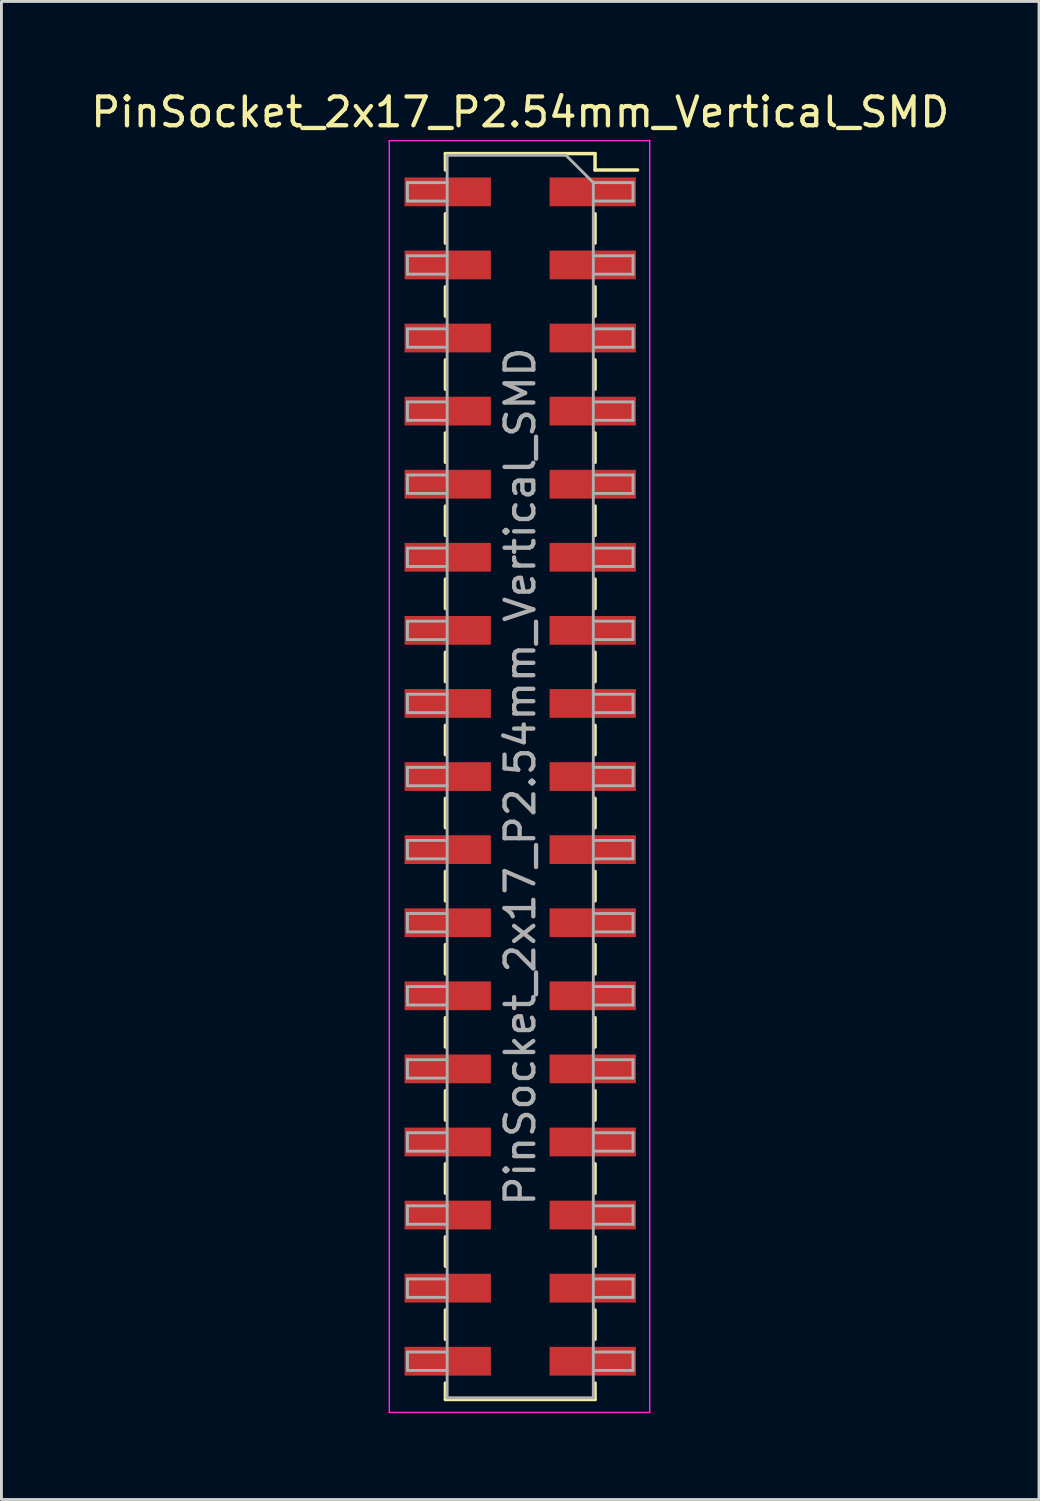
<source format=kicad_pcb>
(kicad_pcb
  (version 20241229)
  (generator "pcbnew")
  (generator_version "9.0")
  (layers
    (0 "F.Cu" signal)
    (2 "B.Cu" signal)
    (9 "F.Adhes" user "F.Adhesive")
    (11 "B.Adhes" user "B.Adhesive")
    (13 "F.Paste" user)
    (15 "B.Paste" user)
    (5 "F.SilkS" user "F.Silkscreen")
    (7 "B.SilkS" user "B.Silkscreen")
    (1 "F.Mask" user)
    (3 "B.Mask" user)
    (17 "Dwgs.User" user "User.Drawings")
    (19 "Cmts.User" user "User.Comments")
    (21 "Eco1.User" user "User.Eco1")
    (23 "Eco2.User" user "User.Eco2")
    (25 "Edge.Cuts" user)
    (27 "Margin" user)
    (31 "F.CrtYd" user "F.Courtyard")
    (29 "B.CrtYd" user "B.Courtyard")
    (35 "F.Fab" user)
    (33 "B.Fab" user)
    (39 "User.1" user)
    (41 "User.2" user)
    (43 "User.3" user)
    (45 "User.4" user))
  (footprint "PinSocket_2x17_P2.54mm_Vertical_SMD"
    (layer "F.Cu")
    (at 15.03 23.938)
    (property "Reference" "PinSocket_2x17_P2.54mm_Vertical_SMD" (at 0 -23.09 0) (layer "F.SilkS") (effects (font (size 1 1) (thickness 0.15))))
    (attr smd)
    (fp_line (start -2.6 -21.65) (end 2.6 -21.65) (stroke (width 0.12) (type solid)) (layer "F.SilkS"))
    (fp_line (start -2.6 -21.08) (end -2.6 -21.65) (stroke (width 0.12) (type solid)) (layer "F.SilkS"))
    (fp_line (start -2.6 -19.56) (end -2.6 -18.54) (stroke (width 0.12) (type solid)) (layer "F.SilkS"))
    (fp_line (start -2.6 -17.02) (end -2.6 -16) (stroke (width 0.12) (type solid)) (layer "F.SilkS"))
    (fp_line (start -2.6 -14.48) (end -2.6 -13.46) (stroke (width 0.12) (type solid)) (layer "F.SilkS"))
    (fp_line (start -2.6 -11.94) (end -2.6 -10.92) (stroke (width 0.12) (type solid)) (layer "F.SilkS"))
    (fp_line (start -2.6 -9.4) (end -2.6 -8.38) (stroke (width 0.12) (type solid)) (layer "F.SilkS"))
    (fp_line (start -2.6 -6.86) (end -2.6 -5.84) (stroke (width 0.12) (type solid)) (layer "F.SilkS"))
    (fp_line (start -2.6 -4.32) (end -2.6 -3.3) (stroke (width 0.12) (type solid)) (layer "F.SilkS"))
    (fp_line (start -2.6 -1.78) (end -2.6 -0.76) (stroke (width 0.12) (type solid)) (layer "F.SilkS"))
    (fp_line (start -2.6 0.76) (end -2.6 1.78) (stroke (width 0.12) (type solid)) (layer "F.SilkS"))
    (fp_line (start -2.6 3.3) (end -2.6 4.32) (stroke (width 0.12) (type solid)) (layer "F.SilkS"))
    (fp_line (start -2.6 5.84) (end -2.6 6.86) (stroke (width 0.12) (type solid)) (layer "F.SilkS"))
    (fp_line (start -2.6 8.38) (end -2.6 9.4) (stroke (width 0.12) (type solid)) (layer "F.SilkS"))
    (fp_line (start -2.6 10.92) (end -2.6 11.94) (stroke (width 0.12) (type solid)) (layer "F.SilkS"))
    (fp_line (start -2.6 13.46) (end -2.6 14.48) (stroke (width 0.12) (type solid)) (layer "F.SilkS"))
    (fp_line (start -2.6 16) (end -2.6 17.02) (stroke (width 0.12) (type solid)) (layer "F.SilkS"))
    (fp_line (start -2.6 18.54) (end -2.6 19.56) (stroke (width 0.12) (type solid)) (layer "F.SilkS"))
    (fp_line (start -2.6 21.65) (end -2.6 21.08) (stroke (width 0.12) (type solid)) (layer "F.SilkS"))
    (fp_line (start 2.6 -21.65) (end 2.6 -21.08) (stroke (width 0.12) (type solid)) (layer "F.SilkS"))
    (fp_line (start 2.6 -21.08) (end 4.08 -21.08) (stroke (width 0.12) (type solid)) (layer "F.SilkS"))
    (fp_line (start 2.6 -18.54) (end 2.6 -19.56) (stroke (width 0.12) (type solid)) (layer "F.SilkS"))
    (fp_line (start 2.6 -16) (end 2.6 -17.02) (stroke (width 0.12) (type solid)) (layer "F.SilkS"))
    (fp_line (start 2.6 -13.46) (end 2.6 -14.48) (stroke (width 0.12) (type solid)) (layer "F.SilkS"))
    (fp_line (start 2.6 -10.92) (end 2.6 -11.94) (stroke (width 0.12) (type solid)) (layer "F.SilkS"))
    (fp_line (start 2.6 -8.38) (end 2.6 -9.4) (stroke (width 0.12) (type solid)) (layer "F.SilkS"))
    (fp_line (start 2.6 -5.84) (end 2.6 -6.86) (stroke (width 0.12) (type solid)) (layer "F.SilkS"))
    (fp_line (start 2.6 -3.3) (end 2.6 -4.32) (stroke (width 0.12) (type solid)) (layer "F.SilkS"))
    (fp_line (start 2.6 -0.76) (end 2.6 -1.78) (stroke (width 0.12) (type solid)) (layer "F.SilkS"))
    (fp_line (start 2.6 1.78) (end 2.6 0.76) (stroke (width 0.12) (type solid)) (layer "F.SilkS"))
    (fp_line (start 2.6 4.32) (end 2.6 3.3) (stroke (width 0.12) (type solid)) (layer "F.SilkS"))
    (fp_line (start 2.6 6.86) (end 2.6 5.84) (stroke (width 0.12) (type solid)) (layer "F.SilkS"))
    (fp_line (start 2.6 9.4) (end 2.6 8.38) (stroke (width 0.12) (type solid)) (layer "F.SilkS"))
    (fp_line (start 2.6 11.94) (end 2.6 10.92) (stroke (width 0.12) (type solid)) (layer "F.SilkS"))
    (fp_line (start 2.6 14.48) (end 2.6 13.46) (stroke (width 0.12) (type solid)) (layer "F.SilkS"))
    (fp_line (start 2.6 17.02) (end 2.6 16) (stroke (width 0.12) (type solid)) (layer "F.SilkS"))
    (fp_line (start 2.6 19.56) (end 2.6 18.54) (stroke (width 0.12) (type solid)) (layer "F.SilkS"))
    (fp_line (start 2.6 21.08) (end 2.6 21.65) (stroke (width 0.12) (type solid)) (layer "F.SilkS"))
    (fp_line (start 2.6 21.65) (end -2.6 21.65) (stroke (width 0.12) (type solid)) (layer "F.SilkS"))
    (fp_line (start -4.55 -22.1) (end 4.5 -22.1) (stroke (width 0.05) (type solid)) (layer "F.CrtYd"))
    (fp_line (start -4.55 22.1) (end -4.55 -22.1) (stroke (width 0.05) (type solid)) (layer "F.CrtYd"))
    (fp_line (start 4.5 -22.1) (end 4.5 22.1) (stroke (width 0.05) (type solid)) (layer "F.CrtYd"))
    (fp_line (start 4.5 22.1) (end -4.55 22.1) (stroke (width 0.05) (type solid)) (layer "F.CrtYd"))
    (fp_line (start -3.92 -20.64) (end -2.54 -20.64) (stroke (width 0.1) (type solid)) (layer "F.Fab"))
    (fp_line (start -3.92 -20) (end -3.92 -20.64) (stroke (width 0.1) (type solid)) (layer "F.Fab"))
    (fp_line (start -3.92 -18.1) (end -2.54 -18.1) (stroke (width 0.1) (type solid)) (layer "F.Fab"))
    (fp_line (start -3.92 -17.46) (end -3.92 -18.1) (stroke (width 0.1) (type solid)) (layer "F.Fab"))
    (fp_line (start -3.92 -15.56) (end -2.54 -15.56) (stroke (width 0.1) (type solid)) (layer "F.Fab"))
    (fp_line (start -3.92 -14.92) (end -3.92 -15.56) (stroke (width 0.1) (type solid)) (layer "F.Fab"))
    (fp_line (start -3.92 -13.02) (end -2.54 -13.02) (stroke (width 0.1) (type solid)) (layer "F.Fab"))
    (fp_line (start -3.92 -12.38) (end -3.92 -13.02) (stroke (width 0.1) (type solid)) (layer "F.Fab"))
    (fp_line (start -3.92 -10.48) (end -2.54 -10.48) (stroke (width 0.1) (type solid)) (layer "F.Fab"))
    (fp_line (start -3.92 -9.84) (end -3.92 -10.48) (stroke (width 0.1) (type solid)) (layer "F.Fab"))
    (fp_line (start -3.92 -7.94) (end -2.54 -7.94) (stroke (width 0.1) (type solid)) (layer "F.Fab"))
    (fp_line (start -3.92 -7.3) (end -3.92 -7.94) (stroke (width 0.1) (type solid)) (layer "F.Fab"))
    (fp_line (start -3.92 -5.4) (end -2.54 -5.4) (stroke (width 0.1) (type solid)) (layer "F.Fab"))
    (fp_line (start -3.92 -4.76) (end -3.92 -5.4) (stroke (width 0.1) (type solid)) (layer "F.Fab"))
    (fp_line (start -3.92 -2.86) (end -2.54 -2.86) (stroke (width 0.1) (type solid)) (layer "F.Fab"))
    (fp_line (start -3.92 -2.22) (end -3.92 -2.86) (stroke (width 0.1) (type solid)) (layer "F.Fab"))
    (fp_line (start -3.92 -0.32) (end -2.54 -0.32) (stroke (width 0.1) (type solid)) (layer "F.Fab"))
    (fp_line (start -3.92 0.32) (end -3.92 -0.32) (stroke (width 0.1) (type solid)) (layer "F.Fab"))
    (fp_line (start -3.92 2.22) (end -2.54 2.22) (stroke (width 0.1) (type solid)) (layer "F.Fab"))
    (fp_line (start -3.92 2.86) (end -3.92 2.22) (stroke (width 0.1) (type solid)) (layer "F.Fab"))
    (fp_line (start -3.92 4.76) (end -2.54 4.76) (stroke (width 0.1) (type solid)) (layer "F.Fab"))
    (fp_line (start -3.92 5.4) (end -3.92 4.76) (stroke (width 0.1) (type solid)) (layer "F.Fab"))
    (fp_line (start -3.92 7.3) (end -2.54 7.3) (stroke (width 0.1) (type solid)) (layer "F.Fab"))
    (fp_line (start -3.92 7.94) (end -3.92 7.3) (stroke (width 0.1) (type solid)) (layer "F.Fab"))
    (fp_line (start -3.92 9.84) (end -2.54 9.84) (stroke (width 0.1) (type solid)) (layer "F.Fab"))
    (fp_line (start -3.92 10.48) (end -3.92 9.84) (stroke (width 0.1) (type solid)) (layer "F.Fab"))
    (fp_line (start -3.92 12.38) (end -2.54 12.38) (stroke (width 0.1) (type solid)) (layer "F.Fab"))
    (fp_line (start -3.92 13.02) (end -3.92 12.38) (stroke (width 0.1) (type solid)) (layer "F.Fab"))
    (fp_line (start -3.92 14.92) (end -2.54 14.92) (stroke (width 0.1) (type solid)) (layer "F.Fab"))
    (fp_line (start -3.92 15.56) (end -3.92 14.92) (stroke (width 0.1) (type solid)) (layer "F.Fab"))
    (fp_line (start -3.92 17.46) (end -2.54 17.46) (stroke (width 0.1) (type solid)) (layer "F.Fab"))
    (fp_line (start -3.92 18.1) (end -3.92 17.46) (stroke (width 0.1) (type solid)) (layer "F.Fab"))
    (fp_line (start -3.92 20) (end -2.54 20) (stroke (width 0.1) (type solid)) (layer "F.Fab"))
    (fp_line (start -3.92 20.64) (end -3.92 20) (stroke (width 0.1) (type solid)) (layer "F.Fab"))
    (fp_line (start -2.54 -21.59) (end 1.59 -21.59) (stroke (width 0.1) (type solid)) (layer "F.Fab"))
    (fp_line (start -2.54 -20) (end -3.92 -20) (stroke (width 0.1) (type solid)) (layer "F.Fab"))
    (fp_line (start -2.54 -17.46) (end -3.92 -17.46) (stroke (width 0.1) (type solid)) (layer "F.Fab"))
    (fp_line (start -2.54 -14.92) (end -3.92 -14.92) (stroke (width 0.1) (type solid)) (layer "F.Fab"))
    (fp_line (start -2.54 -12.38) (end -3.92 -12.38) (stroke (width 0.1) (type solid)) (layer "F.Fab"))
    (fp_line (start -2.54 -9.84) (end -3.92 -9.84) (stroke (width 0.1) (type solid)) (layer "F.Fab"))
    (fp_line (start -2.54 -7.3) (end -3.92 -7.3) (stroke (width 0.1) (type solid)) (layer "F.Fab"))
    (fp_line (start -2.54 -4.76) (end -3.92 -4.76) (stroke (width 0.1) (type solid)) (layer "F.Fab"))
    (fp_line (start -2.54 -2.22) (end -3.92 -2.22) (stroke (width 0.1) (type solid)) (layer "F.Fab"))
    (fp_line (start -2.54 0.32) (end -3.92 0.32) (stroke (width 0.1) (type solid)) (layer "F.Fab"))
    (fp_line (start -2.54 2.86) (end -3.92 2.86) (stroke (width 0.1) (type solid)) (layer "F.Fab"))
    (fp_line (start -2.54 5.4) (end -3.92 5.4) (stroke (width 0.1) (type solid)) (layer "F.Fab"))
    (fp_line (start -2.54 7.94) (end -3.92 7.94) (stroke (width 0.1) (type solid)) (layer "F.Fab"))
    (fp_line (start -2.54 10.48) (end -3.92 10.48) (stroke (width 0.1) (type solid)) (layer "F.Fab"))
    (fp_line (start -2.54 13.02) (end -3.92 13.02) (stroke (width 0.1) (type solid)) (layer "F.Fab"))
    (fp_line (start -2.54 15.56) (end -3.92 15.56) (stroke (width 0.1) (type solid)) (layer "F.Fab"))
    (fp_line (start -2.54 18.1) (end -3.92 18.1) (stroke (width 0.1) (type solid)) (layer "F.Fab"))
    (fp_line (start -2.54 20.64) (end -3.92 20.64) (stroke (width 0.1) (type solid)) (layer "F.Fab"))
    (fp_line (start -2.54 21.59) (end -2.54 -21.59) (stroke (width 0.1) (type solid)) (layer "F.Fab"))
    (fp_line (start 1.59 -21.59) (end 2.54 -20.64) (stroke (width 0.1) (type solid)) (layer "F.Fab"))
    (fp_line (start 2.54 -20.64) (end 2.54 21.59) (stroke (width 0.1) (type solid)) (layer "F.Fab"))
    (fp_line (start 2.54 -20.64) (end 3.92 -20.64) (stroke (width 0.1) (type solid)) (layer "F.Fab"))
    (fp_line (start 2.54 -18.1) (end 3.92 -18.1) (stroke (width 0.1) (type solid)) (layer "F.Fab"))
    (fp_line (start 2.54 -15.56) (end 3.92 -15.56) (stroke (width 0.1) (type solid)) (layer "F.Fab"))
    (fp_line (start 2.54 -13.02) (end 3.92 -13.02) (stroke (width 0.1) (type solid)) (layer "F.Fab"))
    (fp_line (start 2.54 -10.48) (end 3.92 -10.48) (stroke (width 0.1) (type solid)) (layer "F.Fab"))
    (fp_line (start 2.54 -7.94) (end 3.92 -7.94) (stroke (width 0.1) (type solid)) (layer "F.Fab"))
    (fp_line (start 2.54 -5.4) (end 3.92 -5.4) (stroke (width 0.1) (type solid)) (layer "F.Fab"))
    (fp_line (start 2.54 -2.86) (end 3.92 -2.86) (stroke (width 0.1) (type solid)) (layer "F.Fab"))
    (fp_line (start 2.54 -0.32) (end 3.92 -0.32) (stroke (width 0.1) (type solid)) (layer "F.Fab"))
    (fp_line (start 2.54 2.22) (end 3.92 2.22) (stroke (width 0.1) (type solid)) (layer "F.Fab"))
    (fp_line (start 2.54 4.76) (end 3.92 4.76) (stroke (width 0.1) (type solid)) (layer "F.Fab"))
    (fp_line (start 2.54 7.3) (end 3.92 7.3) (stroke (width 0.1) (type solid)) (layer "F.Fab"))
    (fp_line (start 2.54 9.84) (end 3.92 9.84) (stroke (width 0.1) (type solid)) (layer "F.Fab"))
    (fp_line (start 2.54 12.38) (end 3.92 12.38) (stroke (width 0.1) (type solid)) (layer "F.Fab"))
    (fp_line (start 2.54 14.92) (end 3.92 14.92) (stroke (width 0.1) (type solid)) (layer "F.Fab"))
    (fp_line (start 2.54 17.46) (end 3.92 17.46) (stroke (width 0.1) (type solid)) (layer "F.Fab"))
    (fp_line (start 2.54 20) (end 3.92 20) (stroke (width 0.1) (type solid)) (layer "F.Fab"))
    (fp_line (start 2.54 21.59) (end -2.54 21.59) (stroke (width 0.1) (type solid)) (layer "F.Fab"))
    (fp_line (start 3.92 -20.64) (end 3.92 -20) (stroke (width 0.1) (type solid)) (layer "F.Fab"))
    (fp_line (start 3.92 -20) (end 2.54 -20) (stroke (width 0.1) (type solid)) (layer "F.Fab"))
    (fp_line (start 3.92 -18.1) (end 3.92 -17.46) (stroke (width 0.1) (type solid)) (layer "F.Fab"))
    (fp_line (start 3.92 -17.46) (end 2.54 -17.46) (stroke (width 0.1) (type solid)) (layer "F.Fab"))
    (fp_line (start 3.92 -15.56) (end 3.92 -14.92) (stroke (width 0.1) (type solid)) (layer "F.Fab"))
    (fp_line (start 3.92 -14.92) (end 2.54 -14.92) (stroke (width 0.1) (type solid)) (layer "F.Fab"))
    (fp_line (start 3.92 -13.02) (end 3.92 -12.38) (stroke (width 0.1) (type solid)) (layer "F.Fab"))
    (fp_line (start 3.92 -12.38) (end 2.54 -12.38) (stroke (width 0.1) (type solid)) (layer "F.Fab"))
    (fp_line (start 3.92 -10.48) (end 3.92 -9.84) (stroke (width 0.1) (type solid)) (layer "F.Fab"))
    (fp_line (start 3.92 -9.84) (end 2.54 -9.84) (stroke (width 0.1) (type solid)) (layer "F.Fab"))
    (fp_line (start 3.92 -7.94) (end 3.92 -7.3) (stroke (width 0.1) (type solid)) (layer "F.Fab"))
    (fp_line (start 3.92 -7.3) (end 2.54 -7.3) (stroke (width 0.1) (type solid)) (layer "F.Fab"))
    (fp_line (start 3.92 -5.4) (end 3.92 -4.76) (stroke (width 0.1) (type solid)) (layer "F.Fab"))
    (fp_line (start 3.92 -4.76) (end 2.54 -4.76) (stroke (width 0.1) (type solid)) (layer "F.Fab"))
    (fp_line (start 3.92 -2.86) (end 3.92 -2.22) (stroke (width 0.1) (type solid)) (layer "F.Fab"))
    (fp_line (start 3.92 -2.22) (end 2.54 -2.22) (stroke (width 0.1) (type solid)) (layer "F.Fab"))
    (fp_line (start 3.92 -0.32) (end 3.92 0.32) (stroke (width 0.1) (type solid)) (layer "F.Fab"))
    (fp_line (start 3.92 0.32) (end 2.54 0.32) (stroke (width 0.1) (type solid)) (layer "F.Fab"))
    (fp_line (start 3.92 2.22) (end 3.92 2.86) (stroke (width 0.1) (type solid)) (layer "F.Fab"))
    (fp_line (start 3.92 2.86) (end 2.54 2.86) (stroke (width 0.1) (type solid)) (layer "F.Fab"))
    (fp_line (start 3.92 4.76) (end 3.92 5.4) (stroke (width 0.1) (type solid)) (layer "F.Fab"))
    (fp_line (start 3.92 5.4) (end 2.54 5.4) (stroke (width 0.1) (type solid)) (layer "F.Fab"))
    (fp_line (start 3.92 7.3) (end 3.92 7.94) (stroke (width 0.1) (type solid)) (layer "F.Fab"))
    (fp_line (start 3.92 7.94) (end 2.54 7.94) (stroke (width 0.1) (type solid)) (layer "F.Fab"))
    (fp_line (start 3.92 9.84) (end 3.92 10.48) (stroke (width 0.1) (type solid)) (layer "F.Fab"))
    (fp_line (start 3.92 10.48) (end 2.54 10.48) (stroke (width 0.1) (type solid)) (layer "F.Fab"))
    (fp_line (start 3.92 12.38) (end 3.92 13.02) (stroke (width 0.1) (type solid)) (layer "F.Fab"))
    (fp_line (start 3.92 13.02) (end 2.54 13.02) (stroke (width 0.1) (type solid)) (layer "F.Fab"))
    (fp_line (start 3.92 14.92) (end 3.92 15.56) (stroke (width 0.1) (type solid)) (layer "F.Fab"))
    (fp_line (start 3.92 15.56) (end 2.54 15.56) (stroke (width 0.1) (type solid)) (layer "F.Fab"))
    (fp_line (start 3.92 17.46) (end 3.92 18.1) (stroke (width 0.1) (type solid)) (layer "F.Fab"))
    (fp_line (start 3.92 18.1) (end 2.54 18.1) (stroke (width 0.1) (type solid)) (layer "F.Fab"))
    (fp_line (start 3.92 20) (end 3.92 20.64) (stroke (width 0.1) (type solid)) (layer "F.Fab"))
    (fp_line (start 3.92 20.64) (end 2.54 20.64) (stroke (width 0.1) (type solid)) (layer "F.Fab"))
    (fp_text user "${REFERENCE}" (at 0 0 90) (layer "F.Fab") (effects (font (size 1 1) (thickness 0.15))))
    (pad "1" smd rect (at 2.52 -20.32) (size 3 1) (layers "F.Cu" "F.Mask" "F.Paste"))
    (pad "2" smd rect (at -2.52 -20.32) (size 3 1) (layers "F.Cu" "F.Mask" "F.Paste"))
    (pad "3" smd rect (at 2.52 -17.78) (size 3 1) (layers "F.Cu" "F.Mask" "F.Paste"))
    (pad "4" smd rect (at -2.52 -17.78) (size 3 1) (layers "F.Cu" "F.Mask" "F.Paste"))
    (pad "5" smd rect (at 2.52 -15.24) (size 3 1) (layers "F.Cu" "F.Mask" "F.Paste"))
    (pad "6" smd rect (at -2.52 -15.24) (size 3 1) (layers "F.Cu" "F.Mask" "F.Paste"))
    (pad "7" smd rect (at 2.52 -12.7) (size 3 1) (layers "F.Cu" "F.Mask" "F.Paste"))
    (pad "8" smd rect (at -2.52 -12.7) (size 3 1) (layers "F.Cu" "F.Mask" "F.Paste"))
    (pad "9" smd rect (at 2.52 -10.16) (size 3 1) (layers "F.Cu" "F.Mask" "F.Paste"))
    (pad "10" smd rect (at -2.52 -10.16) (size 3 1) (layers "F.Cu" "F.Mask" "F.Paste"))
    (pad "11" smd rect (at 2.52 -7.62) (size 3 1) (layers "F.Cu" "F.Mask" "F.Paste"))
    (pad "12" smd rect (at -2.52 -7.62) (size 3 1) (layers "F.Cu" "F.Mask" "F.Paste"))
    (pad "13" smd rect (at 2.52 -5.08) (size 3 1) (layers "F.Cu" "F.Mask" "F.Paste"))
    (pad "14" smd rect (at -2.52 -5.08) (size 3 1) (layers "F.Cu" "F.Mask" "F.Paste"))
    (pad "15" smd rect (at 2.52 -2.54) (size 3 1) (layers "F.Cu" "F.Mask" "F.Paste"))
    (pad "16" smd rect (at -2.52 -2.54) (size 3 1) (layers "F.Cu" "F.Mask" "F.Paste"))
    (pad "17" smd rect (at 2.52 0) (size 3 1) (layers "F.Cu" "F.Mask" "F.Paste"))
    (pad "18" smd rect (at -2.52 0) (size 3 1) (layers "F.Cu" "F.Mask" "F.Paste"))
    (pad "19" smd rect (at 2.52 2.54) (size 3 1) (layers "F.Cu" "F.Mask" "F.Paste"))
    (pad "20" smd rect (at -2.52 2.54) (size 3 1) (layers "F.Cu" "F.Mask" "F.Paste"))
    (pad "21" smd rect (at 2.52 5.08) (size 3 1) (layers "F.Cu" "F.Mask" "F.Paste"))
    (pad "22" smd rect (at -2.52 5.08) (size 3 1) (layers "F.Cu" "F.Mask" "F.Paste"))
    (pad "23" smd rect (at 2.52 7.62) (size 3 1) (layers "F.Cu" "F.Mask" "F.Paste"))
    (pad "24" smd rect (at -2.52 7.62) (size 3 1) (layers "F.Cu" "F.Mask" "F.Paste"))
    (pad "25" smd rect (at 2.52 10.16) (size 3 1) (layers "F.Cu" "F.Mask" "F.Paste"))
    (pad "26" smd rect (at -2.52 10.16) (size 3 1) (layers "F.Cu" "F.Mask" "F.Paste"))
    (pad "27" smd rect (at 2.52 12.7) (size 3 1) (layers "F.Cu" "F.Mask" "F.Paste"))
    (pad "28" smd rect (at -2.52 12.7) (size 3 1) (layers "F.Cu" "F.Mask" "F.Paste"))
    (pad "29" smd rect (at 2.52 15.24) (size 3 1) (layers "F.Cu" "F.Mask" "F.Paste"))
    (pad "30" smd rect (at -2.52 15.24) (size 3 1) (layers "F.Cu" "F.Mask" "F.Paste"))
    (pad "31" smd rect (at 2.52 17.78) (size 3 1) (layers "F.Cu" "F.Mask" "F.Paste"))
    (pad "32" smd rect (at -2.52 17.78) (size 3 1) (layers "F.Cu" "F.Mask" "F.Paste"))
    (pad "33" smd rect (at 2.52 20.32) (size 3 1) (layers "F.Cu" "F.Mask" "F.Paste"))
    (pad "34" smd rect (at -2.52 20.32) (size 3 1) (layers "F.Cu" "F.Mask" "F.Paste")))
  (gr_rect
    (start -3 -3)
    (end 33.06 49.063)
    (stroke (width 0.1) (type default))
    (fill no)
    (layer "Edge.Cuts")))
</source>
